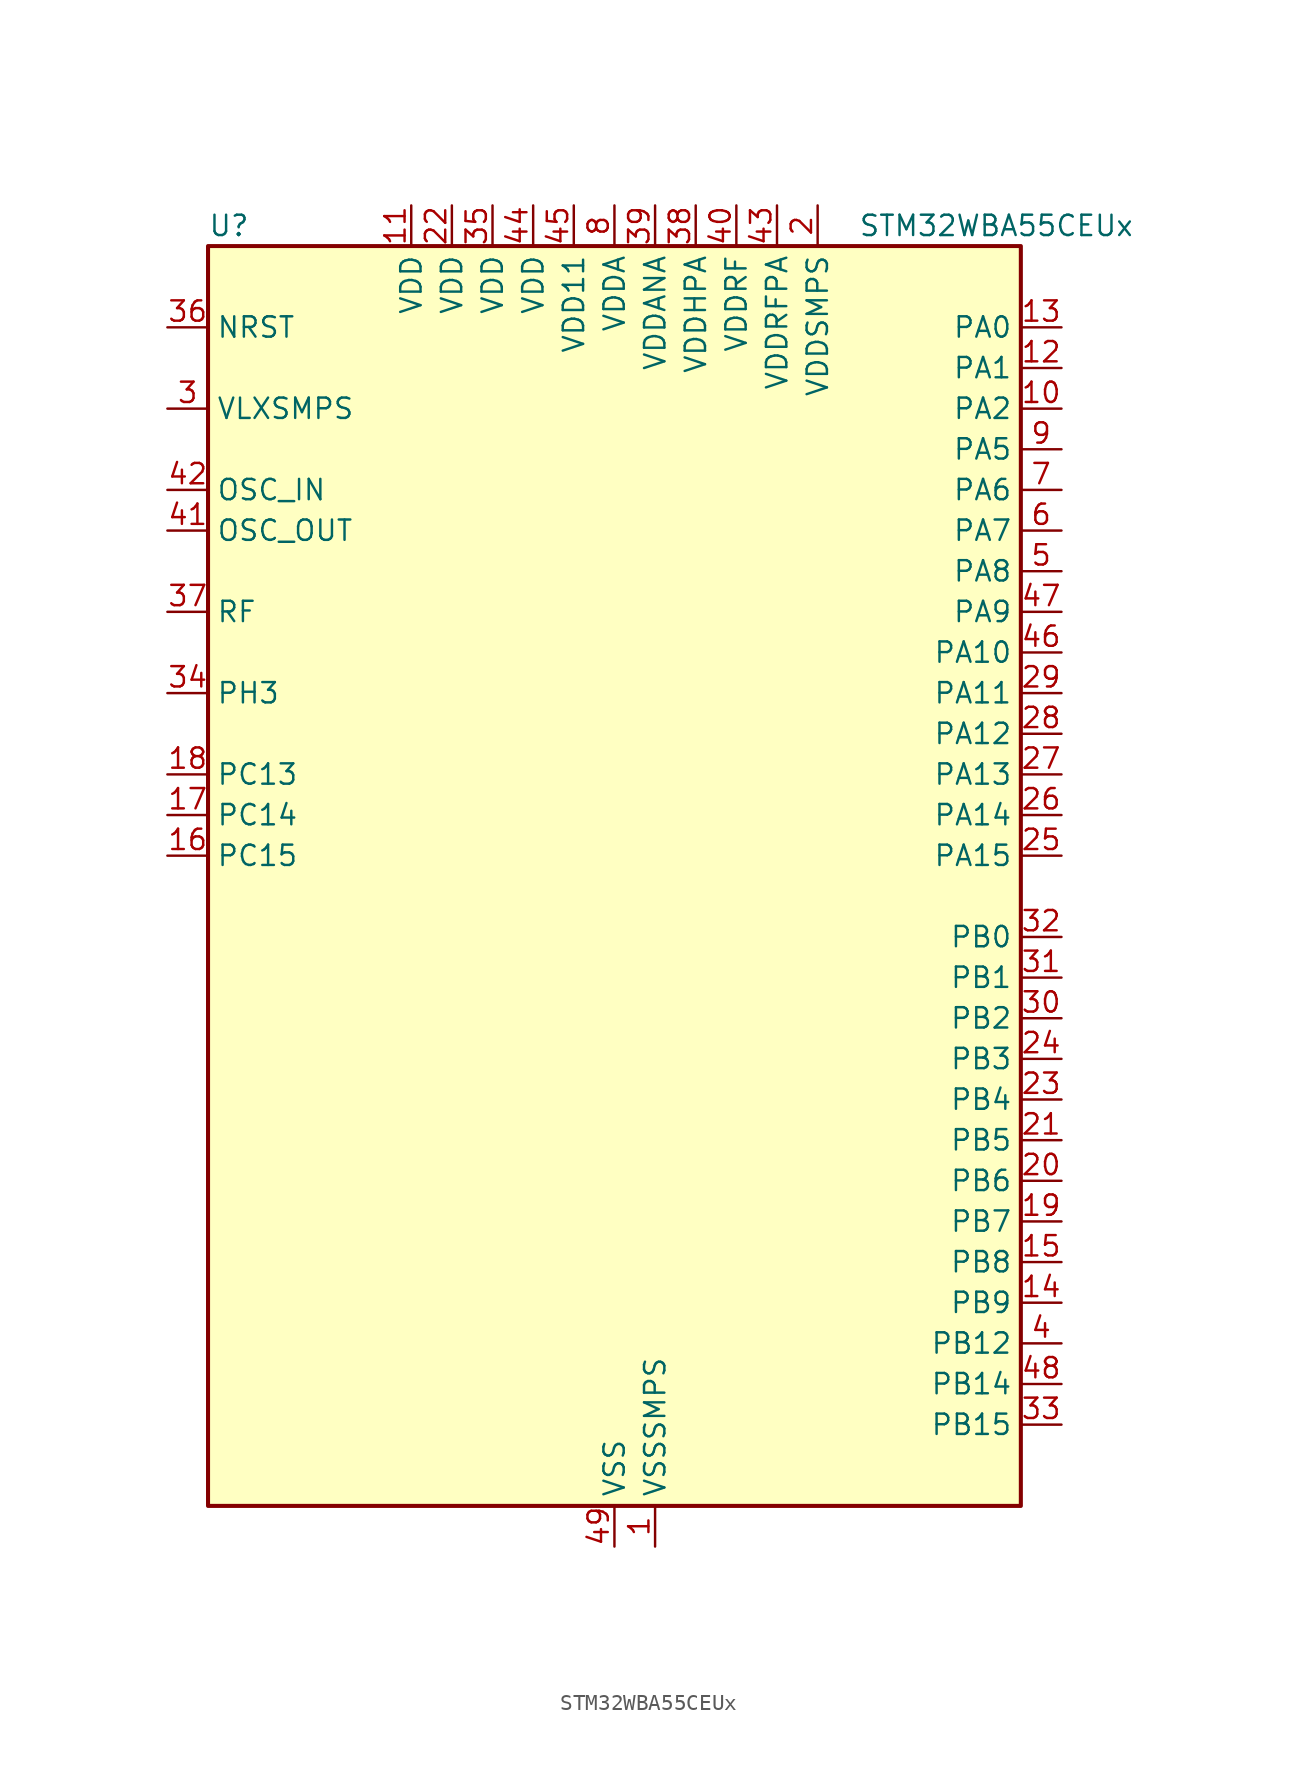
<source format=kicad_sym>
(kicad_symbol_lib
  (version 20231120)
  (generator "kicad-library-utils")
  (generator_version "8.0")
  (symbol "STM32WBA55CEUx"
    (property "Reference" "U"
      (at -25.4 41.91 0)
      (effects (font (size 1.27 1.27)) (justify left)))
    (property "Value" "STM32WBA55CEUx"
      (at 15.24 41.91 0)
      (effects (font (size 1.27 1.27)) (justify left)))
    (symbol "STM32WBA55CEUx_0_1"
      (rectangle (start -25.4 -38.1) (end 25.4 40.64) (stroke (width 0.254) (type default)) (fill (type background))))
    (symbol "STM32WBA55CEUx_1_1"
      (pin power_in line (at 2.54 -40.64 90) (length 2.54) (name "VSSSMPS" (effects (font (size 1.27 1.27)))) (number "1" (effects (font (size 1.27 1.27)))))
      (pin bidirectional line (at 27.94 30.48 180) (length 2.54) (name "PA2" (effects (font (size 1.27 1.27)))) (number "10" (effects (font (size 1.27 1.27)))) (alternate "ADC4_IN7" bidirectional line) (alternate "COMP1_INP" bidirectional line) (alternate "LPUART1_TX" bidirectional line) (alternate "PWR_WKUP4" bidirectional line) (alternate "RCC_LSCO" bidirectional line) (alternate "SAI1_D1" bidirectional line) (alternate "TIM16_CH1" bidirectional line) (alternate "TIM1_BKIN" bidirectional line) (alternate "TIM3_CH1" bidirectional line) (alternate "TSC_G4_IO4" bidirectional line) (alternate "USART1_DE" bidirectional line) (alternate "USART1_RTS" bidirectional line))
      (pin power_in line (at -12.7 43.18 270) (length 2.54) (name "VDD" (effects (font (size 1.27 1.27)))) (number "11" (effects (font (size 1.27 1.27)))))
      (pin bidirectional line (at 27.94 33.02 180) (length 2.54) (name "PA1" (effects (font (size 1.27 1.27)))) (number "12" (effects (font (size 1.27 1.27)))) (alternate "ADC4_IN8" bidirectional line) (alternate "COMP1_INM" bidirectional line) (alternate "LPTIM2_CH2" bidirectional line) (alternate "LPUART1_RX" bidirectional line) (alternate "PWR_WKUP3" bidirectional line) (alternate "SAI1_CK1" bidirectional line) (alternate "SPI1_RDY" bidirectional line) (alternate "TIM17_CH1" bidirectional line) (alternate "TIM1_CH1N" bidirectional line) (alternate "TIM3_CH2" bidirectional line) (alternate "TSC_G2_IO1" bidirectional line) (alternate "USART1_CK" bidirectional line))
      (pin bidirectional line (at 27.94 35.56 180) (length 2.54) (name "PA0" (effects (font (size 1.27 1.27)))) (number "13" (effects (font (size 1.27 1.27)))) (alternate "ADC4_IN9" bidirectional line) (alternate "COMP2_INP" bidirectional line) (alternate "LPTIM1_IN1" bidirectional line) (alternate "LPUART1_CTS" bidirectional line) (alternate "PWR_WKUP1" bidirectional line) (alternate "SPI3_SCK" bidirectional line) (alternate "TIM1_CH2N" bidirectional line) (alternate "TIM3_CH3" bidirectional line) (alternate "TIM3_ETR" bidirectional line) (alternate "TSC_G2_IO2" bidirectional line))
      (pin bidirectional line (at 27.94 -25.4 180) (length 2.54) (name "PB9" (effects (font (size 1.27 1.27)))) (number "14" (effects (font (size 1.27 1.27)))) (alternate "ADC4_IN10" bidirectional line) (alternate "COMP2_INM" bidirectional line) (alternate "IR_OUT" bidirectional line) (alternate "LPTIM2_IN1" bidirectional line) (alternate "LPUART1_DE" bidirectional line) (alternate "LPUART1_RTS" bidirectional line) (alternate "PWR_WKUP8" bidirectional line) (alternate "SPI3_MISO" bidirectional line) (alternate "TIM16_CH1" bidirectional line) (alternate "TIM1_CH3N" bidirectional line) (alternate "TIM3_CH4" bidirectional line) (alternate "TSC_G2_IO3" bidirectional line))
      (pin bidirectional line (at 27.94 -22.86 180) (length 2.54) (name "PB8" (effects (font (size 1.27 1.27)))) (number "15" (effects (font (size 1.27 1.27)))) (alternate "COMP1_OUT" bidirectional line) (alternate "LPTIM1_ETR" bidirectional line) (alternate "PWR_PVD_IN" bidirectional line) (alternate "SPI3_MOSI" bidirectional line) (alternate "TIM16_CH1N" bidirectional line) (alternate "TIM1_CH1" bidirectional line) (alternate "TIM3_ETR" bidirectional line) (alternate "TSC_G2_IO4" bidirectional line) (alternate "USART2_RX" bidirectional line))
      (pin bidirectional line (at -27.94 2.54 0) (length 2.54) (name "PC15" (effects (font (size 1.27 1.27)))) (number "16" (effects (font (size 1.27 1.27)))) (alternate "ADC4_EXTI15" bidirectional line) (alternate "RCC_OSC32_OUT" bidirectional line))
      (pin bidirectional line (at -27.94 5.08 0) (length 2.54) (name "PC14" (effects (font (size 1.27 1.27)))) (number "17" (effects (font (size 1.27 1.27)))) (alternate "RCC_OSC32_IN" bidirectional line))
      (pin bidirectional line (at -27.94 7.62 0) (length 2.54) (name "PC13" (effects (font (size 1.27 1.27)))) (number "18" (effects (font (size 1.27 1.27)))) (alternate "PWR_WKUP2" bidirectional line) (alternate "RTC_OUT1" bidirectional line) (alternate "RTC_TS" bidirectional line) (alternate "TAMP_IN4" bidirectional line) (alternate "TAMP_OUT5" bidirectional line) (alternate "TIM1_BKIN2" bidirectional line) (alternate "TSC_G5_IO1" bidirectional line))
      (pin bidirectional line (at 27.94 -20.32 180) (length 2.54) (name "PB7" (effects (font (size 1.27 1.27)))) (number "19" (effects (font (size 1.27 1.27)))) (alternate "PWR_WKUP5" bidirectional line) (alternate "SAI1_SD_B" bidirectional line) (alternate "TAMP_IN5" bidirectional line) (alternate "TAMP_OUT4" bidirectional line) (alternate "TIM1_CH4N" bidirectional line) (alternate "TSC_G5_IO2" bidirectional line))
      (pin power_in line (at 12.7 43.18 270) (length 2.54) (name "VDDSMPS" (effects (font (size 1.27 1.27)))) (number "2" (effects (font (size 1.27 1.27)))))
      (pin bidirectional line (at 27.94 -17.78 180) (length 2.54) (name "PB6" (effects (font (size 1.27 1.27)))) (number "20" (effects (font (size 1.27 1.27)))) (alternate "PWR_WKUP3" bidirectional line) (alternate "SAI1_SCK_B" bidirectional line) (alternate "TIM2_CH1" bidirectional line) (alternate "TIM2_ETR" bidirectional line) (alternate "TSC_G5_IO3" bidirectional line))
      (pin bidirectional line (at 27.94 -15.24 180) (length 2.54) (name "PB5" (effects (font (size 1.27 1.27)))) (number "21" (effects (font (size 1.27 1.27)))) (alternate "LPUART1_TX" bidirectional line) (alternate "SAI1_D2" bidirectional line) (alternate "SAI1_FS_B" bidirectional line) (alternate "TIM3_CH1" bidirectional line) (alternate "TSC_G5_IO4" bidirectional line))
      (pin power_in line (at -10.16 43.18 270) (length 2.54) (name "VDD" (effects (font (size 1.27 1.27)))) (number "22" (effects (font (size 1.27 1.27)))))
      (pin bidirectional line (at 27.94 -12.7 180) (length 2.54) (name "PB4" (effects (font (size 1.27 1.27)))) (number "23" (effects (font (size 1.27 1.27)))) (alternate "DEBUG_JTRST" bidirectional line) (alternate "LPTIM2_IN2" bidirectional line) (alternate "PTA_ACTIVE" bidirectional line) (alternate "PTA_PRIORITY" bidirectional line) (alternate "SAI1_MCLK_B" bidirectional line) (alternate "SPI1_SCK" bidirectional line) (alternate "TIM17_CH1" bidirectional line) (alternate "TIM1_CH3" bidirectional line) (alternate "TSC_G3_IO1" bidirectional line) (alternate "USART2_RX" bidirectional line))
      (pin bidirectional line (at 27.94 -10.16 180) (length 2.54) (name "PB3" (effects (font (size 1.27 1.27)))) (number "24" (effects (font (size 1.27 1.27)))) (alternate "DEBUG_JTDO-SWO" bidirectional line) (alternate "I2C1_SDA" bidirectional line) (alternate "LPTIM1_IN2" bidirectional line) (alternate "PTA_ACTIVE" bidirectional line) (alternate "SPI1_MISO" bidirectional line) (alternate "TIM17_CH1N" bidirectional line) (alternate "TIM1_CH4" bidirectional line) (alternate "TSC_G3_IO2" bidirectional line) (alternate "USART2_CK" bidirectional line))
      (pin bidirectional line (at 27.94 2.54 180) (length 2.54) (name "PA15" (effects (font (size 1.27 1.27)))) (number "25" (effects (font (size 1.27 1.27)))) (alternate "ADC4_EXTI15" bidirectional line) (alternate "DEBUG_JTDI" bidirectional line) (alternate "I2C1_SCL" bidirectional line) (alternate "LPTIM1_CH2" bidirectional line) (alternate "PTA_STATUS" bidirectional line) (alternate "SPI1_MOSI" bidirectional line) (alternate "TIM17_BKIN" bidirectional line) (alternate "TIM1_ETR" bidirectional line) (alternate "TSC_G3_IO3" bidirectional line) (alternate "USART2_DE" bidirectional line) (alternate "USART2_RTS" bidirectional line))
      (pin bidirectional line (at 27.94 5.08 180) (length 2.54) (name "PA14" (effects (font (size 1.27 1.27)))) (number "26" (effects (font (size 1.27 1.27)))) (alternate "COMP2_OUT" bidirectional line) (alternate "DEBUG_JTCK-SWCLK" bidirectional line) (alternate "PTA_STATUS" bidirectional line) (alternate "TAMP_IN3" bidirectional line) (alternate "TAMP_OUT6" bidirectional line) (alternate "USART2_TX" bidirectional line))
      (pin bidirectional line (at 27.94 7.62 180) (length 2.54) (name "PA13" (effects (font (size 1.27 1.27)))) (number "27" (effects (font (size 1.27 1.27)))) (alternate "DEBUG_JTMS-SWDIO" bidirectional line) (alternate "IR_OUT" bidirectional line) (alternate "PTA_PRIORITY" bidirectional line))
      (pin bidirectional line (at 27.94 10.16 180) (length 2.54) (name "PA12" (effects (font (size 1.27 1.27)))) (number "28" (effects (font (size 1.27 1.27)))) (alternate "COMP2_OUT" bidirectional line) (alternate "PTA_STATUS" bidirectional line) (alternate "PWR_WKUP6" bidirectional line) (alternate "RF_ANTSW0" bidirectional line) (alternate "SPI1_NSS" bidirectional line) (alternate "TIM1_CH2" bidirectional line) (alternate "TSC_G3_IO4" bidirectional line) (alternate "USART2_TX" bidirectional line))
      (pin bidirectional line (at 27.94 12.7 180) (length 2.54) (name "PA11" (effects (font (size 1.27 1.27)))) (number "29" (effects (font (size 1.27 1.27)))) (alternate "LPTIM2_CH1" bidirectional line) (alternate "RF_ANTSW1" bidirectional line) (alternate "TIM1_CH1" bidirectional line) (alternate "USART2_RX" bidirectional line))
      (pin power_in line (at -27.94 30.48 0) (length 2.54) (name "VLXSMPS" (effects (font (size 1.27 1.27)))) (number "3" (effects (font (size 1.27 1.27)))))
      (pin bidirectional line (at 27.94 -7.62 180) (length 2.54) (name "PB2" (effects (font (size 1.27 1.27)))) (number "30" (effects (font (size 1.27 1.27)))) (alternate "I2C1_SCL" bidirectional line) (alternate "I2C3_SCL" bidirectional line) (alternate "PWR_WKUP1" bidirectional line) (alternate "RF_ANTSW2" bidirectional line) (alternate "RTC_OUT2" bidirectional line) (alternate "TIM1_CH1N" bidirectional line) (alternate "USART2_CTS" bidirectional line))
      (pin bidirectional line (at 27.94 -5.08 180) (length 2.54) (name "PB1" (effects (font (size 1.27 1.27)))) (number "31" (effects (font (size 1.27 1.27)))) (alternate "I2C1_SDA" bidirectional line) (alternate "I2C3_SDA" bidirectional line) (alternate "PWR_WKUP4" bidirectional line) (alternate "TIM1_CH2N" bidirectional line) (alternate "USART2_DE" bidirectional line) (alternate "USART2_RTS" bidirectional line))
      (pin bidirectional line (at 27.94 -2.54 180) (length 2.54) (name "PB0" (effects (font (size 1.27 1.27)))) (number "32" (effects (font (size 1.27 1.27)))) (alternate "LPTIM2_IN2" bidirectional line) (alternate "TIM1_CH3N" bidirectional line) (alternate "USART2_TX" bidirectional line))
      (pin bidirectional line (at 27.94 -33.02 180) (length 2.54) (name "PB15" (effects (font (size 1.27 1.27)))) (number "33" (effects (font (size 1.27 1.27)))) (alternate "ADC4_EXTI15" bidirectional line) (alternate "I2C1_SMBA" bidirectional line) (alternate "I2C3_SMBA" bidirectional line) (alternate "LPUART1_CTS" bidirectional line) (alternate "PTA_GRANT" bidirectional line) (alternate "RF_EXTPABYP" bidirectional line) (alternate "TIM16_BKIN" bidirectional line) (alternate "TIM1_BKIN2" bidirectional line) (alternate "USART2_CTS" bidirectional line))
      (pin bidirectional line (at -27.94 12.7 0) (length 2.54) (name "PH3" (effects (font (size 1.27 1.27)))) (number "34" (effects (font (size 1.27 1.27)))) (alternate "PTA_GRANT" bidirectional line) (alternate "RF_EXTPABYP" bidirectional line) (alternate "TAMP_IN2" bidirectional line) (alternate "TAMP_OUT1" bidirectional line))
      (pin power_in line (at -7.62 43.18 270) (length 2.54) (name "VDD" (effects (font (size 1.27 1.27)))) (number "35" (effects (font (size 1.27 1.27)))))
      (pin input line (at -27.94 35.56 0) (length 2.54) (name "NRST" (effects (font (size 1.27 1.27)))) (number "36" (effects (font (size 1.27 1.27)))))
      (pin bidirectional line (at -27.94 17.78 0) (length 2.54) (name "RF" (effects (font (size 1.27 1.27)))) (number "37" (effects (font (size 1.27 1.27)))))
      (pin power_in line (at 5.08 43.18 270) (length 2.54) (name "VDDHPA" (effects (font (size 1.27 1.27)))) (number "38" (effects (font (size 1.27 1.27)))))
      (pin power_in line (at 2.54 43.18 270) (length 2.54) (name "VDDANA" (effects (font (size 1.27 1.27)))) (number "39" (effects (font (size 1.27 1.27)))))
      (pin bidirectional line (at 27.94 -27.94 180) (length 2.54) (name "PB12" (effects (font (size 1.27 1.27)))) (number "4" (effects (font (size 1.27 1.27)))) (alternate "SAI1_SD_A" bidirectional line) (alternate "SPI1_RDY" bidirectional line) (alternate "TIM2_CH1" bidirectional line) (alternate "TIM2_ETR" bidirectional line) (alternate "TIM3_ETR" bidirectional line) (alternate "TSC_SYNC" bidirectional line) (alternate "USART1_TX" bidirectional line))
      (pin power_in line (at 7.62 43.18 270) (length 2.54) (name "VDDRF" (effects (font (size 1.27 1.27)))) (number "40" (effects (font (size 1.27 1.27)))))
      (pin input line (at -27.94 22.86 0) (length 2.54) (name "OSC_OUT" (effects (font (size 1.27 1.27)))) (number "41" (effects (font (size 1.27 1.27)))) (alternate "RCC_OSC_OUT" bidirectional line))
      (pin input line (at -27.94 25.4 0) (length 2.54) (name "OSC_IN" (effects (font (size 1.27 1.27)))) (number "42" (effects (font (size 1.27 1.27)))) (alternate "RCC_OSC_IN" bidirectional line))
      (pin power_in line (at 10.16 43.18 270) (length 2.54) (name "VDDRFPA" (effects (font (size 1.27 1.27)))) (number "43" (effects (font (size 1.27 1.27)))))
      (pin power_in line (at -5.08 43.18 270) (length 2.54) (name "VDD" (effects (font (size 1.27 1.27)))) (number "44" (effects (font (size 1.27 1.27)))))
      (pin power_in line (at -2.54 43.18 270) (length 2.54) (name "VDD11" (effects (font (size 1.27 1.27)))) (number "45" (effects (font (size 1.27 1.27)))))
      (pin bidirectional line (at 27.94 15.24 180) (length 2.54) (name "PA10" (effects (font (size 1.27 1.27)))) (number "46" (effects (font (size 1.27 1.27)))) (alternate "LPUART1_RX" bidirectional line) (alternate "SAI1_D1" bidirectional line) (alternate "TIM3_CH1" bidirectional line))
      (pin bidirectional line (at 27.94 17.78 180) (length 2.54) (name "PA9" (effects (font (size 1.27 1.27)))) (number "47" (effects (font (size 1.27 1.27)))) (alternate "LPUART1_DE" bidirectional line) (alternate "LPUART1_RTS" bidirectional line) (alternate "SAI1_CK1" bidirectional line) (alternate "TIM3_CH2" bidirectional line))
      (pin bidirectional line (at 27.94 -30.48 180) (length 2.54) (name "PB14" (effects (font (size 1.27 1.27)))) (number "48" (effects (font (size 1.27 1.27)))) (alternate "PWR_WKUP7" bidirectional line) (alternate "RTC_REFIN" bidirectional line) (alternate "SAI1_SD_A" bidirectional line) (alternate "TIM3_CH3" bidirectional line) (alternate "TSC_G6_IO1" bidirectional line) (alternate "USART1_TX" bidirectional line))
      (pin power_in line (at 0 -40.64 90) (length 2.54) (name "VSS" (effects (font (size 1.27 1.27)))) (number "49" (effects (font (size 1.27 1.27)))))
      (pin bidirectional line (at 27.94 20.32 180) (length 2.54) (name "PA8" (effects (font (size 1.27 1.27)))) (number "5" (effects (font (size 1.27 1.27)))) (alternate "ADC4_IN1" bidirectional line) (alternate "LPTIM1_CH2" bidirectional line) (alternate "RCC_MCO" bidirectional line) (alternate "SAI1_FS_A" bidirectional line) (alternate "SPI3_RDY" bidirectional line) (alternate "TIM2_CH2" bidirectional line) (alternate "TSC_G1_IO1" bidirectional line) (alternate "USART1_RX" bidirectional line))
      (pin bidirectional line (at 27.94 22.86 180) (length 2.54) (name "PA7" (effects (font (size 1.27 1.27)))) (number "6" (effects (font (size 1.27 1.27)))) (alternate "ADC4_IN2" bidirectional line) (alternate "COMP1_OUT" bidirectional line) (alternate "I2C3_SDA" bidirectional line) (alternate "PWR_WKUP8" bidirectional line) (alternate "SAI1_SCK_A" bidirectional line) (alternate "TAMP_IN1" bidirectional line) (alternate "TAMP_OUT2" bidirectional line) (alternate "TIM2_CH3" bidirectional line) (alternate "TSC_G1_IO2" bidirectional line) (alternate "USART1_CTS" bidirectional line))
      (pin bidirectional line (at 27.94 25.4 180) (length 2.54) (name "PA6" (effects (font (size 1.27 1.27)))) (number "7" (effects (font (size 1.27 1.27)))) (alternate "ADC4_IN3" bidirectional line) (alternate "I2C3_SCL" bidirectional line) (alternate "PWR_CSTOP" bidirectional line) (alternate "PWR_WKUP7" bidirectional line) (alternate "SAI1_CK2" bidirectional line) (alternate "SAI1_MCLK_A" bidirectional line) (alternate "SPI3_RDY" bidirectional line) (alternate "TIM2_CH4" bidirectional line) (alternate "TSC_G1_IO3" bidirectional line) (alternate "USART1_DE" bidirectional line) (alternate "USART1_RTS" bidirectional line))
      (pin power_in line (at 0 43.18 270) (length 2.54) (name "VDDA" (effects (font (size 1.27 1.27)))) (number "8" (effects (font (size 1.27 1.27)))))
      (pin bidirectional line (at 27.94 27.94 180) (length 2.54) (name "PA5" (effects (font (size 1.27 1.27)))) (number "9" (effects (font (size 1.27 1.27)))) (alternate "ADC4_IN4" bidirectional line) (alternate "AUDIOCLK" bidirectional line) (alternate "LPTIM2_ETR" bidirectional line) (alternate "PWR_CSLEEP" bidirectional line) (alternate "PWR_WKUP6" bidirectional line) (alternate "SAI1_D2" bidirectional line) (alternate "SPI3_NSS" bidirectional line) (alternate "TIM2_CH1" bidirectional line) (alternate "TIM2_ETR" bidirectional line) (alternate "TSC_G1_IO4" bidirectional line) (alternate "USART1_CK" bidirectional line)))))
</source>
